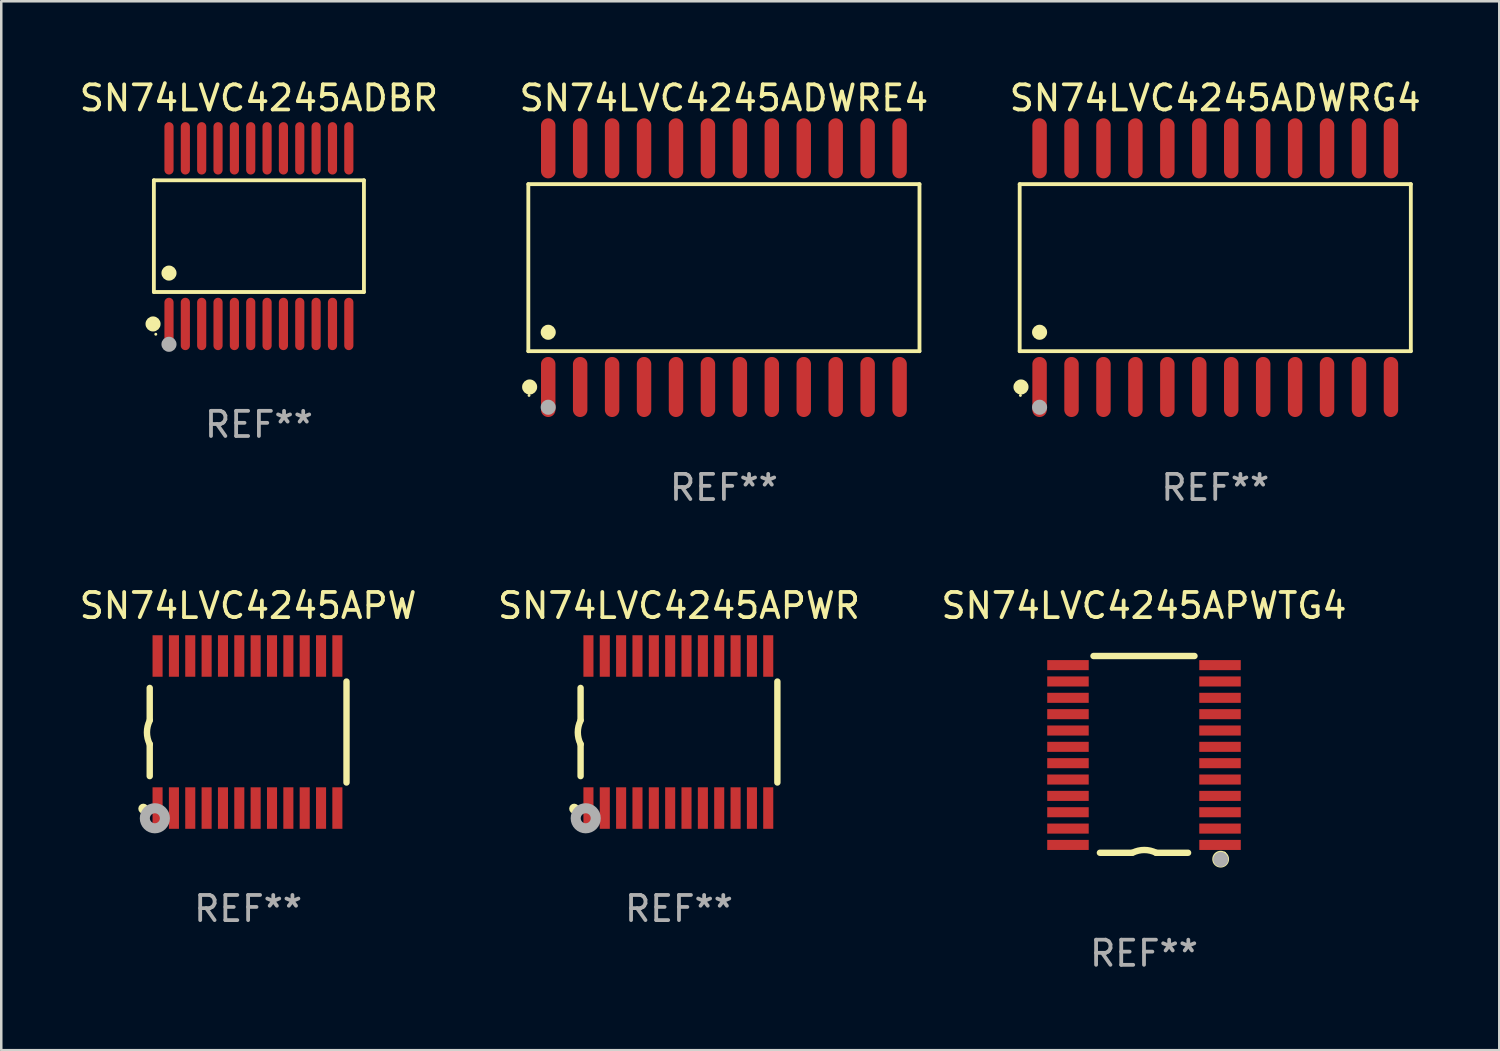
<source format=kicad_pcb>
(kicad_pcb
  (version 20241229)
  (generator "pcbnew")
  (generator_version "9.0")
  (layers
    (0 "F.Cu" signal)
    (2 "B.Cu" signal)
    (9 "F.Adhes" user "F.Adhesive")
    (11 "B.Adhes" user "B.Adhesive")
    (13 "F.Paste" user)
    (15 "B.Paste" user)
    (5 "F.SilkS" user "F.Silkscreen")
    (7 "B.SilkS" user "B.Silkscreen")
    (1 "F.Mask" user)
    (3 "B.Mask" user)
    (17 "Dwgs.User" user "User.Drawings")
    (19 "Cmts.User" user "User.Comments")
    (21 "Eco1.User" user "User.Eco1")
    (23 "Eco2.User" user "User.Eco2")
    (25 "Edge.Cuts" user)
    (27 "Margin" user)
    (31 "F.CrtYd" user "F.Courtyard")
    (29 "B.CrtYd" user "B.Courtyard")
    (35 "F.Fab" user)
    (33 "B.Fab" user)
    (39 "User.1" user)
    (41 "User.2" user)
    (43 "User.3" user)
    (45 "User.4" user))
  (footprint "SN74LVC4245APW"
    (layer "F.Cu")
    (at 6.815 26.055)
    (property "Reference" "SN74LVC4245APW" (at 0 -5.023 0) (layer "F.SilkS") (effects (font (size 1 1) (thickness 0.15))))
    (attr through_hole)
    (fp_line (start -3.912 -0.483) (end -3.912 -1.753) (stroke (width 0.254) (type solid)) (layer "F.SilkS"))
    (fp_line (start -3.912 1.753) (end -3.912 0.483) (stroke (width 0.254) (type solid)) (layer "F.SilkS"))
    (fp_line (start 3.912 -2.007) (end 3.912 2.007) (stroke (width 0.254) (type solid)) (layer "F.SilkS"))
    (fp_arc (start -3.911608 0.482601) (mid -4.022537 0.0127) (end -3.911608 -0.457201) (stroke (width 0.254001) (type solid)) (layer "F.SilkS"))
    (fp_circle (center -4.166 3.048) (end -4.066 3.048) (stroke (width 0.2) (type solid)) (fill no) (layer "F.SilkS"))
    (fp_circle (center -3.925 3.186) (end -3.895 3.186) (stroke (width 0.06) (type solid)) (fill no) (layer "F.SilkS"))
    (fp_circle (center -3.708 3.429) (end -3.509 3.429) (stroke (width 0.4) (type solid)) (fill no) (layer "F.Fab"))
    (fp_text user "REF**" (at 0 7.023 0) (layer "F.Fab") (effects (font (size 1 1) (thickness 0.15))))
    (pad "1" smd rect (at -3.6 3.023) (size 0.4 1.65) (layers "F.Cu" "F.Mask" "F.Paste"))
    (pad "2" smd rect (at -2.95 3.023) (size 0.4 1.65) (layers "F.Cu" "F.Mask" "F.Paste"))
    (pad "3" smd rect (at -2.3 3.023) (size 0.4 1.65) (layers "F.Cu" "F.Mask" "F.Paste"))
    (pad "4" smd rect (at -1.65 3.023) (size 0.4 1.65) (layers "F.Cu" "F.Mask" "F.Paste"))
    (pad "5" smd rect (at -1 3.023) (size 0.4 1.65) (layers "F.Cu" "F.Mask" "F.Paste"))
    (pad "6" smd rect (at -0.35 3.023) (size 0.4 1.65) (layers "F.Cu" "F.Mask" "F.Paste"))
    (pad "7" smd rect (at 0.299 3.023) (size 0.4 1.65) (layers "F.Cu" "F.Mask" "F.Paste"))
    (pad "8" smd rect (at 0.95 3.023) (size 0.4 1.65) (layers "F.Cu" "F.Mask" "F.Paste"))
    (pad "9" smd rect (at 1.6 3.023) (size 0.4 1.65) (layers "F.Cu" "F.Mask" "F.Paste"))
    (pad "10" smd rect (at 2.25 3.023) (size 0.4 1.65) (layers "F.Cu" "F.Mask" "F.Paste"))
    (pad "11" smd rect (at 2.9 3.023) (size 0.4 1.65) (layers "F.Cu" "F.Mask" "F.Paste"))
    (pad "12" smd rect (at 3.549 3.023) (size 0.4 1.65) (layers "F.Cu" "F.Mask" "F.Paste"))
    (pad "13" smd rect (at 3.549 -3.023) (size 0.4 1.65) (layers "F.Cu" "F.Mask" "F.Paste"))
    (pad "14" smd rect (at 2.9 -3.023) (size 0.4 1.65) (layers "F.Cu" "F.Mask" "F.Paste"))
    (pad "15" smd rect (at 2.25 -3.023) (size 0.4 1.65) (layers "F.Cu" "F.Mask" "F.Paste"))
    (pad "16" smd rect (at 1.6 -3.023) (size 0.4 1.65) (layers "F.Cu" "F.Mask" "F.Paste"))
    (pad "17" smd rect (at 0.95 -3.023) (size 0.4 1.65) (layers "F.Cu" "F.Mask" "F.Paste"))
    (pad "18" smd rect (at 0.299 -3.023) (size 0.4 1.65) (layers "F.Cu" "F.Mask" "F.Paste"))
    (pad "19" smd rect (at -0.35 -3.023) (size 0.4 1.65) (layers "F.Cu" "F.Mask" "F.Paste"))
    (pad "20" smd rect (at -1 -3.023) (size 0.4 1.65) (layers "F.Cu" "F.Mask" "F.Paste"))
    (pad "21" smd rect (at -1.65 -3.023) (size 0.4 1.65) (layers "F.Cu" "F.Mask" "F.Paste"))
    (pad "22" smd rect (at -2.3 -3.023) (size 0.4 1.65) (layers "F.Cu" "F.Mask" "F.Paste"))
    (pad "23" smd rect (at -2.95 -3.023) (size 0.4 1.65) (layers "F.Cu" "F.Mask" "F.Paste"))
    (pad "24" smd rect (at -3.6 -3.023) (size 0.4 1.65) (layers "F.Cu" "F.Mask" "F.Paste")))
  (footprint "SN74LVC4245APWTG4"
    (layer "F.Cu")
    (at 42.435 26.944)
    (property "Reference" "SN74LVC4245APWTG4" (at 0 -5.912 0) (layer "F.SilkS") (effects (font (size 1 1) (thickness 0.15))))
    (attr through_hole)
    (fp_line (start -2.008 -3.912) (end 2.007 -3.912) (stroke (width 0.254) (type solid)) (layer "F.SilkS"))
    (fp_line (start -0.483 3.912) (end -1.753 3.912) (stroke (width 0.254) (type solid)) (layer "F.SilkS"))
    (fp_line (start 1.752 3.912) (end 0.482 3.912) (stroke (width 0.254) (type solid)) (layer "F.SilkS"))
    (fp_arc (start -0.457404 3.911595) (mid 0.012497 3.800666) (end 0.482398 3.911595) (stroke (width 0.254001) (type solid)) (layer "F.SilkS"))
    (fp_circle (center 3.048 4.166) (end 3.128 4.166) (stroke (width 0.254) (type solid)) (fill no) (layer "F.SilkS"))
    (fp_circle (center 3.2 3.926) (end 3.23 3.926) (stroke (width 0.06) (type solid)) (fill no) (layer "F.SilkS"))
    (fp_circle (center 3.05 4.176) (end 3.2 4.176) (stroke (width 0.3) (type solid)) (fill no) (layer "F.Fab"))
    (fp_text user "REF**" (at 0 7.912 0) (layer "F.Fab") (effects (font (size 1 1) (thickness 0.15))))
    (pad "1" smd rect (at 3.023 3.6 180) (size 1.65 0.4) (layers "F.Cu" "F.Mask" "F.Paste"))
    (pad "2" smd rect (at 3.022 2.95 180) (size 1.65 0.4) (layers "F.Cu" "F.Mask" "F.Paste"))
    (pad "3" smd rect (at 3.022 2.3 180) (size 1.65 0.4) (layers "F.Cu" "F.Mask" "F.Paste"))
    (pad "4" smd rect (at 3.022 1.65 180) (size 1.65 0.4) (layers "F.Cu" "F.Mask" "F.Paste"))
    (pad "5" smd rect (at 3.022 1 180) (size 1.65 0.4) (layers "F.Cu" "F.Mask" "F.Paste"))
    (pad "6" smd rect (at 3.022 0.35 180) (size 1.65 0.4) (layers "F.Cu" "F.Mask" "F.Paste"))
    (pad "7" smd rect (at 3.022 -0.3 180) (size 1.65 0.4) (layers "F.Cu" "F.Mask" "F.Paste"))
    (pad "8" smd rect (at 3.022 -0.949 180) (size 1.65 0.4) (layers "F.Cu" "F.Mask" "F.Paste"))
    (pad "9" smd rect (at 3.022 -1.599 180) (size 1.65 0.4) (layers "F.Cu" "F.Mask" "F.Paste"))
    (pad "10" smd rect (at 3.022 -2.249 180) (size 1.65 0.4) (layers "F.Cu" "F.Mask" "F.Paste"))
    (pad "11" smd rect (at 3.022 -2.899 180) (size 1.65 0.4) (layers "F.Cu" "F.Mask" "F.Paste"))
    (pad "12" smd rect (at 3.022 -3.549 180) (size 1.65 0.4) (layers "F.Cu" "F.Mask" "F.Paste"))
    (pad "13" smd rect (at -3.023 -3.549 180) (size 1.65 0.4) (layers "F.Cu" "F.Mask" "F.Paste"))
    (pad "14" smd rect (at -3.023 -2.899 180) (size 1.65 0.4) (layers "F.Cu" "F.Mask" "F.Paste"))
    (pad "15" smd rect (at -3.023 -2.249 180) (size 1.65 0.4) (layers "F.Cu" "F.Mask" "F.Paste"))
    (pad "16" smd rect (at -3.023 -1.599 180) (size 1.65 0.4) (layers "F.Cu" "F.Mask" "F.Paste"))
    (pad "17" smd rect (at -3.023 -0.949 180) (size 1.65 0.4) (layers "F.Cu" "F.Mask" "F.Paste"))
    (pad "18" smd rect (at -3.023 -0.3 180) (size 1.65 0.4) (layers "F.Cu" "F.Mask" "F.Paste"))
    (pad "19" smd rect (at -3.023 0.35 180) (size 1.65 0.4) (layers "F.Cu" "F.Mask" "F.Paste"))
    (pad "20" smd rect (at -3.023 1 180) (size 1.65 0.4) (layers "F.Cu" "F.Mask" "F.Paste"))
    (pad "21" smd rect (at -3.023 1.65 180) (size 1.65 0.4) (layers "F.Cu" "F.Mask" "F.Paste"))
    (pad "22" smd rect (at -3.023 2.3 180) (size 1.65 0.4) (layers "F.Cu" "F.Mask" "F.Paste"))
    (pad "23" smd rect (at -3.023 2.95 180) (size 1.65 0.4) (layers "F.Cu" "F.Mask" "F.Paste"))
    (pad "24" smd rect (at -3.023 3.6 180) (size 1.65 0.4) (layers "F.Cu" "F.Mask" "F.Paste")))
  (footprint "SN74LVC4245APWR"
    (layer "F.Cu")
    (at 23.946 26.055)
    (property "Reference" "SN74LVC4245APWR" (at 0 -5.023 0) (layer "F.SilkS") (effects (font (size 1 1) (thickness 0.15))))
    (attr through_hole)
    (fp_line (start -3.912 -0.483) (end -3.912 -1.753) (stroke (width 0.254) (type solid)) (layer "F.SilkS"))
    (fp_line (start -3.912 1.753) (end -3.912 0.483) (stroke (width 0.254) (type solid)) (layer "F.SilkS"))
    (fp_line (start 3.912 -2.007) (end 3.912 2.007) (stroke (width 0.254) (type solid)) (layer "F.SilkS"))
    (fp_arc (start -3.911608 0.482601) (mid -4.022537 0.0127) (end -3.911608 -0.457201) (stroke (width 0.254001) (type solid)) (layer "F.SilkS"))
    (fp_circle (center -4.166 3.048) (end -4.066 3.048) (stroke (width 0.2) (type solid)) (fill no) (layer "F.SilkS"))
    (fp_circle (center -3.925 3.186) (end -3.895 3.186) (stroke (width 0.06) (type solid)) (fill no) (layer "F.SilkS"))
    (fp_circle (center -3.708 3.429) (end -3.509 3.429) (stroke (width 0.4) (type solid)) (fill no) (layer "F.Fab"))
    (fp_text user "REF**" (at 0 7.023 0) (layer "F.Fab") (effects (font (size 1 1) (thickness 0.15))))
    (pad "1" smd rect (at -3.6 3.023) (size 0.4 1.65) (layers "F.Cu" "F.Mask" "F.Paste"))
    (pad "2" smd rect (at -2.95 3.023) (size 0.4 1.65) (layers "F.Cu" "F.Mask" "F.Paste"))
    (pad "3" smd rect (at -2.3 3.023) (size 0.4 1.65) (layers "F.Cu" "F.Mask" "F.Paste"))
    (pad "4" smd rect (at -1.65 3.023) (size 0.4 1.65) (layers "F.Cu" "F.Mask" "F.Paste"))
    (pad "5" smd rect (at -1 3.023) (size 0.4 1.65) (layers "F.Cu" "F.Mask" "F.Paste"))
    (pad "6" smd rect (at -0.35 3.023) (size 0.4 1.65) (layers "F.Cu" "F.Mask" "F.Paste"))
    (pad "7" smd rect (at 0.299 3.023) (size 0.4 1.65) (layers "F.Cu" "F.Mask" "F.Paste"))
    (pad "8" smd rect (at 0.95 3.023) (size 0.4 1.65) (layers "F.Cu" "F.Mask" "F.Paste"))
    (pad "9" smd rect (at 1.6 3.023) (size 0.4 1.65) (layers "F.Cu" "F.Mask" "F.Paste"))
    (pad "10" smd rect (at 2.25 3.023) (size 0.4 1.65) (layers "F.Cu" "F.Mask" "F.Paste"))
    (pad "11" smd rect (at 2.9 3.023) (size 0.4 1.65) (layers "F.Cu" "F.Mask" "F.Paste"))
    (pad "12" smd rect (at 3.549 3.023) (size 0.4 1.65) (layers "F.Cu" "F.Mask" "F.Paste"))
    (pad "13" smd rect (at 3.549 -3.023) (size 0.4 1.65) (layers "F.Cu" "F.Mask" "F.Paste"))
    (pad "14" smd rect (at 2.9 -3.023) (size 0.4 1.65) (layers "F.Cu" "F.Mask" "F.Paste"))
    (pad "15" smd rect (at 2.25 -3.023) (size 0.4 1.65) (layers "F.Cu" "F.Mask" "F.Paste"))
    (pad "16" smd rect (at 1.6 -3.023) (size 0.4 1.65) (layers "F.Cu" "F.Mask" "F.Paste"))
    (pad "17" smd rect (at 0.95 -3.023) (size 0.4 1.65) (layers "F.Cu" "F.Mask" "F.Paste"))
    (pad "18" smd rect (at 0.299 -3.023) (size 0.4 1.65) (layers "F.Cu" "F.Mask" "F.Paste"))
    (pad "19" smd rect (at -0.35 -3.023) (size 0.4 1.65) (layers "F.Cu" "F.Mask" "F.Paste"))
    (pad "20" smd rect (at -1 -3.023) (size 0.4 1.65) (layers "F.Cu" "F.Mask" "F.Paste"))
    (pad "21" smd rect (at -1.65 -3.023) (size 0.4 1.65) (layers "F.Cu" "F.Mask" "F.Paste"))
    (pad "22" smd rect (at -2.3 -3.023) (size 0.4 1.65) (layers "F.Cu" "F.Mask" "F.Paste"))
    (pad "23" smd rect (at -2.95 -3.023) (size 0.4 1.65) (layers "F.Cu" "F.Mask" "F.Paste"))
    (pad "24" smd rect (at -3.6 -3.023) (size 0.4 1.65) (layers "F.Cu" "F.Mask" "F.Paste")))
  (footprint "SN74LVC4245ADBR"
    (layer "F.Cu")
    (at 7.244 6.339)
    (property "Reference" "SN74LVC4245ADBR" (at 0 -5.491 0) (layer "F.SilkS") (effects (font (size 1 1) (thickness 0.15))))
    (attr through_hole)
    (fp_line (start -4.176 -2.221) (end 4.176 -2.221) (stroke (width 0.152) (type solid)) (layer "F.SilkS"))
    (fp_line (start -4.176 2.221) (end -4.176 -2.221) (stroke (width 0.152) (type solid)) (layer "F.SilkS"))
    (fp_line (start 4.176 -2.221) (end 4.176 2.221) (stroke (width 0.152) (type solid)) (layer "F.SilkS"))
    (fp_line (start 4.176 2.221) (end -4.176 2.221) (stroke (width 0.152) (type solid)) (layer "F.SilkS"))
    (fp_circle (center -4.209 3.491) (end -4.059 3.491) (stroke (width 0.3) (type solid)) (fill no) (layer "F.SilkS"))
    (fp_circle (center -4.1 3.9) (end -4.07 3.9) (stroke (width 0.06) (type solid)) (fill no) (layer "F.SilkS"))
    (fp_circle (center -3.575 1.469) (end -3.425 1.469) (stroke (width 0.3) (type solid)) (fill no) (layer "F.SilkS"))
    (fp_circle (center -3.575 4.3) (end -3.425 4.3) (stroke (width 0.3) (type solid)) (fill no) (layer "F.Fab"))
    (fp_text user "REF**" (at 0 7.491 0) (layer "F.Fab") (effects (font (size 1 1) (thickness 0.15))))
    (pad "1" smd oval (at -3.575 3.491) (size 0.364 2.082) (layers "F.Cu" "F.Mask" "F.Paste"))
    (pad "2" smd oval (at -2.925 3.491) (size 0.364 2.082) (layers "F.Cu" "F.Mask" "F.Paste"))
    (pad "3" smd oval (at -2.275 3.491) (size 0.364 2.082) (layers "F.Cu" "F.Mask" "F.Paste"))
    (pad "4" smd oval (at -1.625 3.491) (size 0.364 2.082) (layers "F.Cu" "F.Mask" "F.Paste"))
    (pad "5" smd oval (at -0.975 3.491) (size 0.364 2.082) (layers "F.Cu" "F.Mask" "F.Paste"))
    (pad "6" smd oval (at -0.325 3.491) (size 0.364 2.082) (layers "F.Cu" "F.Mask" "F.Paste"))
    (pad "7" smd oval (at 0.325 3.491) (size 0.364 2.082) (layers "F.Cu" "F.Mask" "F.Paste"))
    (pad "8" smd oval (at 0.975 3.491) (size 0.364 2.082) (layers "F.Cu" "F.Mask" "F.Paste"))
    (pad "9" smd oval (at 1.625 3.491) (size 0.364 2.082) (layers "F.Cu" "F.Mask" "F.Paste"))
    (pad "10" smd oval (at 2.275 3.491) (size 0.364 2.082) (layers "F.Cu" "F.Mask" "F.Paste"))
    (pad "11" smd oval (at 2.925 3.491) (size 0.364 2.082) (layers "F.Cu" "F.Mask" "F.Paste"))
    (pad "12" smd oval (at 3.575 3.491) (size 0.364 2.082) (layers "F.Cu" "F.Mask" "F.Paste"))
    (pad "13" smd oval (at 3.575 -3.491) (size 0.364 2.082) (layers "F.Cu" "F.Mask" "F.Paste"))
    (pad "14" smd oval (at 2.925 -3.491) (size 0.364 2.082) (layers "F.Cu" "F.Mask" "F.Paste"))
    (pad "15" smd oval (at 2.275 -3.491) (size 0.364 2.082) (layers "F.Cu" "F.Mask" "F.Paste"))
    (pad "16" smd oval (at 1.625 -3.491) (size 0.364 2.082) (layers "F.Cu" "F.Mask" "F.Paste"))
    (pad "17" smd oval (at 0.975 -3.491) (size 0.364 2.082) (layers "F.Cu" "F.Mask" "F.Paste"))
    (pad "18" smd oval (at 0.325 -3.491) (size 0.364 2.082) (layers "F.Cu" "F.Mask" "F.Paste"))
    (pad "19" smd oval (at -0.325 -3.491) (size 0.364 2.082) (layers "F.Cu" "F.Mask" "F.Paste"))
    (pad "20" smd oval (at -0.975 -3.491) (size 0.364 2.082) (layers "F.Cu" "F.Mask" "F.Paste"))
    (pad "21" smd oval (at -1.625 -3.491) (size 0.364 2.082) (layers "F.Cu" "F.Mask" "F.Paste"))
    (pad "22" smd oval (at -2.275 -3.491) (size 0.364 2.082) (layers "F.Cu" "F.Mask" "F.Paste"))
    (pad "23" smd oval (at -2.925 -3.491) (size 0.364 2.082) (layers "F.Cu" "F.Mask" "F.Paste"))
    (pad "24" smd oval (at -3.575 -3.491) (size 0.364 2.082) (layers "F.Cu" "F.Mask" "F.Paste")))
  (footprint "SN74LVC4245ADWRE4"
    (layer "F.Cu")
    (at 25.732 7.592)
    (property "Reference" "SN74LVC4245ADWRE4" (at 0 -6.744 0) (layer "F.SilkS") (effects (font (size 1 1) (thickness 0.15))))
    (attr through_hole)
    (fp_line (start -7.776 -3.321) (end 7.776 -3.321) (stroke (width 0.152) (type solid)) (layer "F.SilkS"))
    (fp_line (start -7.776 3.321) (end -7.776 -3.321) (stroke (width 0.152) (type solid)) (layer "F.SilkS"))
    (fp_line (start 7.776 -3.321) (end 7.776 3.321) (stroke (width 0.152) (type solid)) (layer "F.SilkS"))
    (fp_line (start 7.776 3.321) (end -7.776 3.321) (stroke (width 0.152) (type solid)) (layer "F.SilkS"))
    (fp_circle (center -7.747 5.08) (end -7.717 5.08) (stroke (width 0.06) (type solid)) (fill no) (layer "F.SilkS"))
    (fp_circle (center -7.724 4.744) (end -7.574 4.744) (stroke (width 0.3) (type solid)) (fill no) (layer "F.SilkS"))
    (fp_circle (center -6.985 2.569) (end -6.835 2.569) (stroke (width 0.3) (type solid)) (fill no) (layer "F.SilkS"))
    (fp_circle (center -6.985 5.55) (end -6.835 5.55) (stroke (width 0.3) (type solid)) (fill no) (layer "F.Fab"))
    (fp_text user "REF**" (at 0 8.744 0) (layer "F.Fab") (effects (font (size 1 1) (thickness 0.15))))
    (pad "1" smd oval (at -6.985 4.744) (size 0.574 2.388) (layers "F.Cu" "F.Mask" "F.Paste"))
    (pad "2" smd oval (at -5.715 4.744) (size 0.574 2.388) (layers "F.Cu" "F.Mask" "F.Paste"))
    (pad "3" smd oval (at -4.445 4.744) (size 0.574 2.388) (layers "F.Cu" "F.Mask" "F.Paste"))
    (pad "4" smd oval (at -3.175 4.744) (size 0.574 2.388) (layers "F.Cu" "F.Mask" "F.Paste"))
    (pad "5" smd oval (at -1.905 4.744) (size 0.574 2.388) (layers "F.Cu" "F.Mask" "F.Paste"))
    (pad "6" smd oval (at -0.635 4.744) (size 0.574 2.388) (layers "F.Cu" "F.Mask" "F.Paste"))
    (pad "7" smd oval (at 0.635 4.744) (size 0.574 2.388) (layers "F.Cu" "F.Mask" "F.Paste"))
    (pad "8" smd oval (at 1.905 4.744) (size 0.574 2.388) (layers "F.Cu" "F.Mask" "F.Paste"))
    (pad "9" smd oval (at 3.175 4.744) (size 0.574 2.388) (layers "F.Cu" "F.Mask" "F.Paste"))
    (pad "10" smd oval (at 4.445 4.744) (size 0.574 2.388) (layers "F.Cu" "F.Mask" "F.Paste"))
    (pad "11" smd oval (at 5.715 4.744) (size 0.574 2.388) (layers "F.Cu" "F.Mask" "F.Paste"))
    (pad "12" smd oval (at 6.985 4.744) (size 0.574 2.388) (layers "F.Cu" "F.Mask" "F.Paste"))
    (pad "13" smd oval (at 6.985 -4.744) (size 0.574 2.388) (layers "F.Cu" "F.Mask" "F.Paste"))
    (pad "14" smd oval (at 5.715 -4.744) (size 0.574 2.388) (layers "F.Cu" "F.Mask" "F.Paste"))
    (pad "15" smd oval (at 4.445 -4.744) (size 0.574 2.388) (layers "F.Cu" "F.Mask" "F.Paste"))
    (pad "16" smd oval (at 3.175 -4.744) (size 0.574 2.388) (layers "F.Cu" "F.Mask" "F.Paste"))
    (pad "17" smd oval (at 1.905 -4.744) (size 0.574 2.388) (layers "F.Cu" "F.Mask" "F.Paste"))
    (pad "18" smd oval (at 0.635 -4.744) (size 0.574 2.388) (layers "F.Cu" "F.Mask" "F.Paste"))
    (pad "19" smd oval (at -0.635 -4.744) (size 0.574 2.388) (layers "F.Cu" "F.Mask" "F.Paste"))
    (pad "20" smd oval (at -1.905 -4.744) (size 0.574 2.388) (layers "F.Cu" "F.Mask" "F.Paste"))
    (pad "21" smd oval (at -3.175 -4.744) (size 0.574 2.388) (layers "F.Cu" "F.Mask" "F.Paste"))
    (pad "22" smd oval (at -4.445 -4.744) (size 0.574 2.388) (layers "F.Cu" "F.Mask" "F.Paste"))
    (pad "23" smd oval (at -5.715 -4.744) (size 0.574 2.388) (layers "F.Cu" "F.Mask" "F.Paste"))
    (pad "24" smd oval (at -6.985 -4.744) (size 0.574 2.388) (layers "F.Cu" "F.Mask" "F.Paste")))
  (footprint "SN74LVC4245ADWRG4"
    (layer "F.Cu")
    (at 45.268 7.592)
    (property "Reference" "SN74LVC4245ADWRG4" (at 0 -6.744 0) (layer "F.SilkS") (effects (font (size 1 1) (thickness 0.15))))
    (attr through_hole)
    (fp_line (start -7.776 -3.321) (end 7.776 -3.321) (stroke (width 0.152) (type solid)) (layer "F.SilkS"))
    (fp_line (start -7.776 3.321) (end -7.776 -3.321) (stroke (width 0.152) (type solid)) (layer "F.SilkS"))
    (fp_line (start 7.776 -3.321) (end 7.776 3.321) (stroke (width 0.152) (type solid)) (layer "F.SilkS"))
    (fp_line (start 7.776 3.321) (end -7.776 3.321) (stroke (width 0.152) (type solid)) (layer "F.SilkS"))
    (fp_circle (center -7.747 5.08) (end -7.717 5.08) (stroke (width 0.06) (type solid)) (fill no) (layer "F.SilkS"))
    (fp_circle (center -7.724 4.744) (end -7.574 4.744) (stroke (width 0.3) (type solid)) (fill no) (layer "F.SilkS"))
    (fp_circle (center -6.985 2.569) (end -6.835 2.569) (stroke (width 0.3) (type solid)) (fill no) (layer "F.SilkS"))
    (fp_circle (center -6.985 5.55) (end -6.835 5.55) (stroke (width 0.3) (type solid)) (fill no) (layer "F.Fab"))
    (fp_text user "REF**" (at 0 8.744 0) (layer "F.Fab") (effects (font (size 1 1) (thickness 0.15))))
    (pad "1" smd oval (at -6.985 4.744) (size 0.574 2.388) (layers "F.Cu" "F.Mask" "F.Paste"))
    (pad "2" smd oval (at -5.715 4.744) (size 0.574 2.388) (layers "F.Cu" "F.Mask" "F.Paste"))
    (pad "3" smd oval (at -4.445 4.744) (size 0.574 2.388) (layers "F.Cu" "F.Mask" "F.Paste"))
    (pad "4" smd oval (at -3.175 4.744) (size 0.574 2.388) (layers "F.Cu" "F.Mask" "F.Paste"))
    (pad "5" smd oval (at -1.905 4.744) (size 0.574 2.388) (layers "F.Cu" "F.Mask" "F.Paste"))
    (pad "6" smd oval (at -0.635 4.744) (size 0.574 2.388) (layers "F.Cu" "F.Mask" "F.Paste"))
    (pad "7" smd oval (at 0.635 4.744) (size 0.574 2.388) (layers "F.Cu" "F.Mask" "F.Paste"))
    (pad "8" smd oval (at 1.905 4.744) (size 0.574 2.388) (layers "F.Cu" "F.Mask" "F.Paste"))
    (pad "9" smd oval (at 3.175 4.744) (size 0.574 2.388) (layers "F.Cu" "F.Mask" "F.Paste"))
    (pad "10" smd oval (at 4.445 4.744) (size 0.574 2.388) (layers "F.Cu" "F.Mask" "F.Paste"))
    (pad "11" smd oval (at 5.715 4.744) (size 0.574 2.388) (layers "F.Cu" "F.Mask" "F.Paste"))
    (pad "12" smd oval (at 6.985 4.744) (size 0.574 2.388) (layers "F.Cu" "F.Mask" "F.Paste"))
    (pad "13" smd oval (at 6.985 -4.744) (size 0.574 2.388) (layers "F.Cu" "F.Mask" "F.Paste"))
    (pad "14" smd oval (at 5.715 -4.744) (size 0.574 2.388) (layers "F.Cu" "F.Mask" "F.Paste"))
    (pad "15" smd oval (at 4.445 -4.744) (size 0.574 2.388) (layers "F.Cu" "F.Mask" "F.Paste"))
    (pad "16" smd oval (at 3.175 -4.744) (size 0.574 2.388) (layers "F.Cu" "F.Mask" "F.Paste"))
    (pad "17" smd oval (at 1.905 -4.744) (size 0.574 2.388) (layers "F.Cu" "F.Mask" "F.Paste"))
    (pad "18" smd oval (at 0.635 -4.744) (size 0.574 2.388) (layers "F.Cu" "F.Mask" "F.Paste"))
    (pad "19" smd oval (at -0.635 -4.744) (size 0.574 2.388) (layers "F.Cu" "F.Mask" "F.Paste"))
    (pad "20" smd oval (at -1.905 -4.744) (size 0.574 2.388) (layers "F.Cu" "F.Mask" "F.Paste"))
    (pad "21" smd oval (at -3.175 -4.744) (size 0.574 2.388) (layers "F.Cu" "F.Mask" "F.Paste"))
    (pad "22" smd oval (at -4.445 -4.744) (size 0.574 2.388) (layers "F.Cu" "F.Mask" "F.Paste"))
    (pad "23" smd oval (at -5.715 -4.744) (size 0.574 2.388) (layers "F.Cu" "F.Mask" "F.Paste"))
    (pad "24" smd oval (at -6.985 -4.744) (size 0.574 2.388) (layers "F.Cu" "F.Mask" "F.Paste")))
  (gr_rect
    (start -3 -3)
    (end 56.56 38.704)
    (stroke (width 0.1) (type default))
    (fill no)
    (layer "Edge.Cuts")))
</source>
